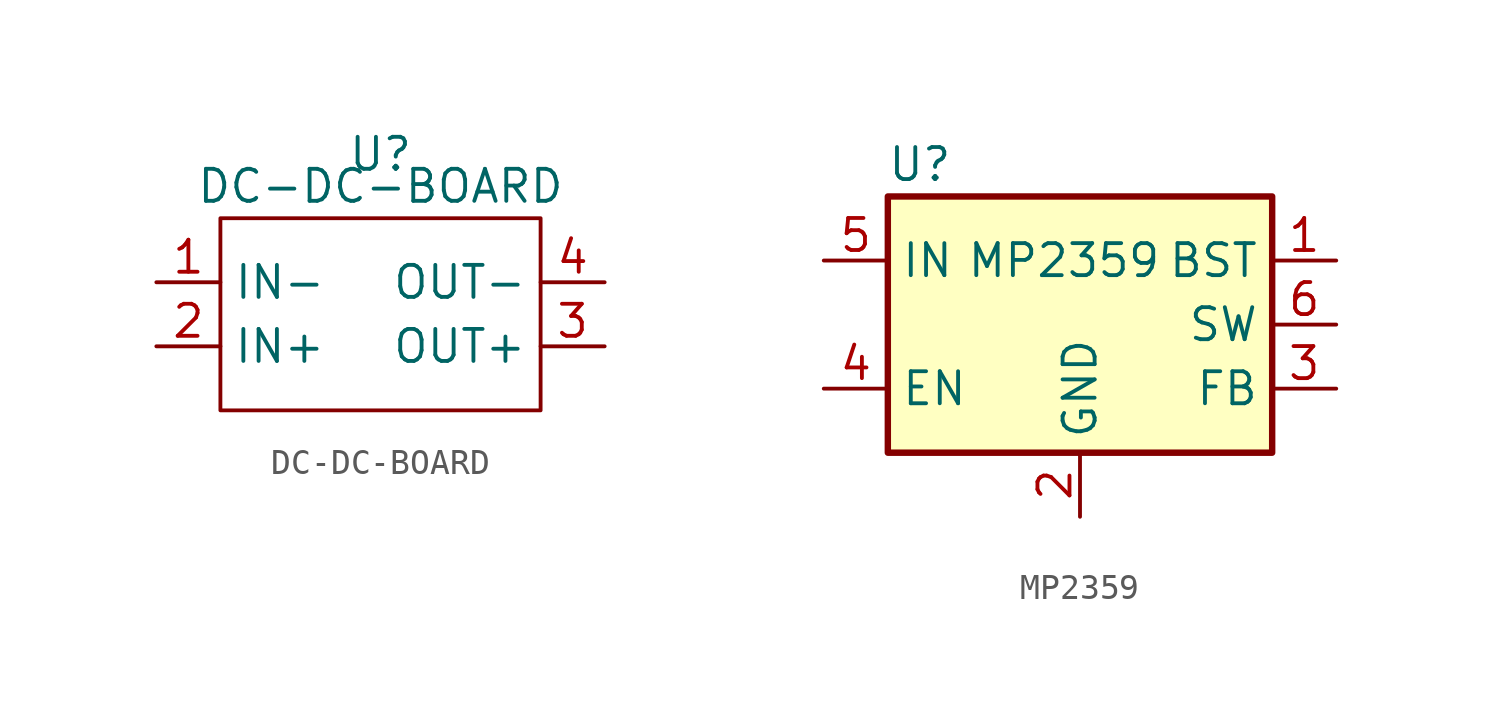
<source format=kicad_sym>
(kicad_symbol_lib
  (version 20220102)
  (generator kicad_symbol_editor)
  (symbol "DC-DC-BOARD"
    (property "Reference" "U"
      (at 0 6.35 0)
      (effects (font (size 1.27 1.27))))
    (property "Value" "DC-DC-BOARD"
      (at 0 5.08 0)
      (effects (font (size 1.27 1.27))))
    (symbol "DC-DC-BOARD_0_1"
      (rectangle (start -6.35 3.81) (end 6.35 -3.81) (stroke (width 0.152) (type default)) (fill (type none))))
    (symbol "DC-DC-BOARD_1_1"
      (pin power_in line (at -8.89 1.27 0) (length 2.54) (name "IN-" (effects (font (size 1.27 1.27)))) (number "1" (effects (font (size 1.27 1.27)))))
      (pin power_in line (at -8.89 -1.27 0) (length 2.54) (name "IN+" (effects (font (size 1.27 1.27)))) (number "2" (effects (font (size 1.27 1.27)))))
      (pin power_out line (at 8.89 -1.27 180) (length 2.54) (name "OUT+" (effects (font (size 1.27 1.27)))) (number "3" (effects (font (size 1.27 1.27)))))
      (pin power_out line (at 8.89 1.27 180) (length 2.54) (name "OUT-" (effects (font (size 1.27 1.27)))) (number "4" (effects (font (size 1.27 1.27)))))))
  (symbol "MP2359"
    (property "Reference" "U"
      (at -6.35 6.35 0)
      (effects (font (size 1.27 1.27))))
    (property "Value" "MP2359"
      (at -0.635 2.54 0)
      (effects (font (size 1.27 1.27))))
    (symbol "MP2359_0_1"
      (rectangle (start -7.62 5.08) (end 7.62 -5.08) (stroke (width 0.254) (type default)) (fill (type background))))
    (symbol "MP2359_1_1"
      (pin passive line (at 10.16 2.54 180) (length 2.54) (name "BST" (effects (font (size 1.27 1.27)))) (number "1" (effects (font (size 1.27 1.27)))))
      (pin power_in line (at 0 -7.62 90) (length 2.54) (name "GND" (effects (font (size 1.27 1.27)))) (number "2" (effects (font (size 1.27 1.27)))))
      (pin input line (at 10.16 -2.54 180) (length 2.54) (name "FB" (effects (font (size 1.27 1.27)))) (number "3" (effects (font (size 1.27 1.27)))))
      (pin input line (at -10.16 -2.54 0) (length 2.54) (name "EN" (effects (font (size 1.27 1.27)))) (number "4" (effects (font (size 1.27 1.27)))))
      (pin power_in line (at -10.16 2.54 0) (length 2.54) (name "IN" (effects (font (size 1.27 1.27)))) (number "5" (effects (font (size 1.27 1.27)))))
      (pin power_out line (at 10.16 0 180) (length 2.54) (name "SW" (effects (font (size 1.27 1.27)))) (number "6" (effects (font (size 1.27 1.27))))))))
</source>
